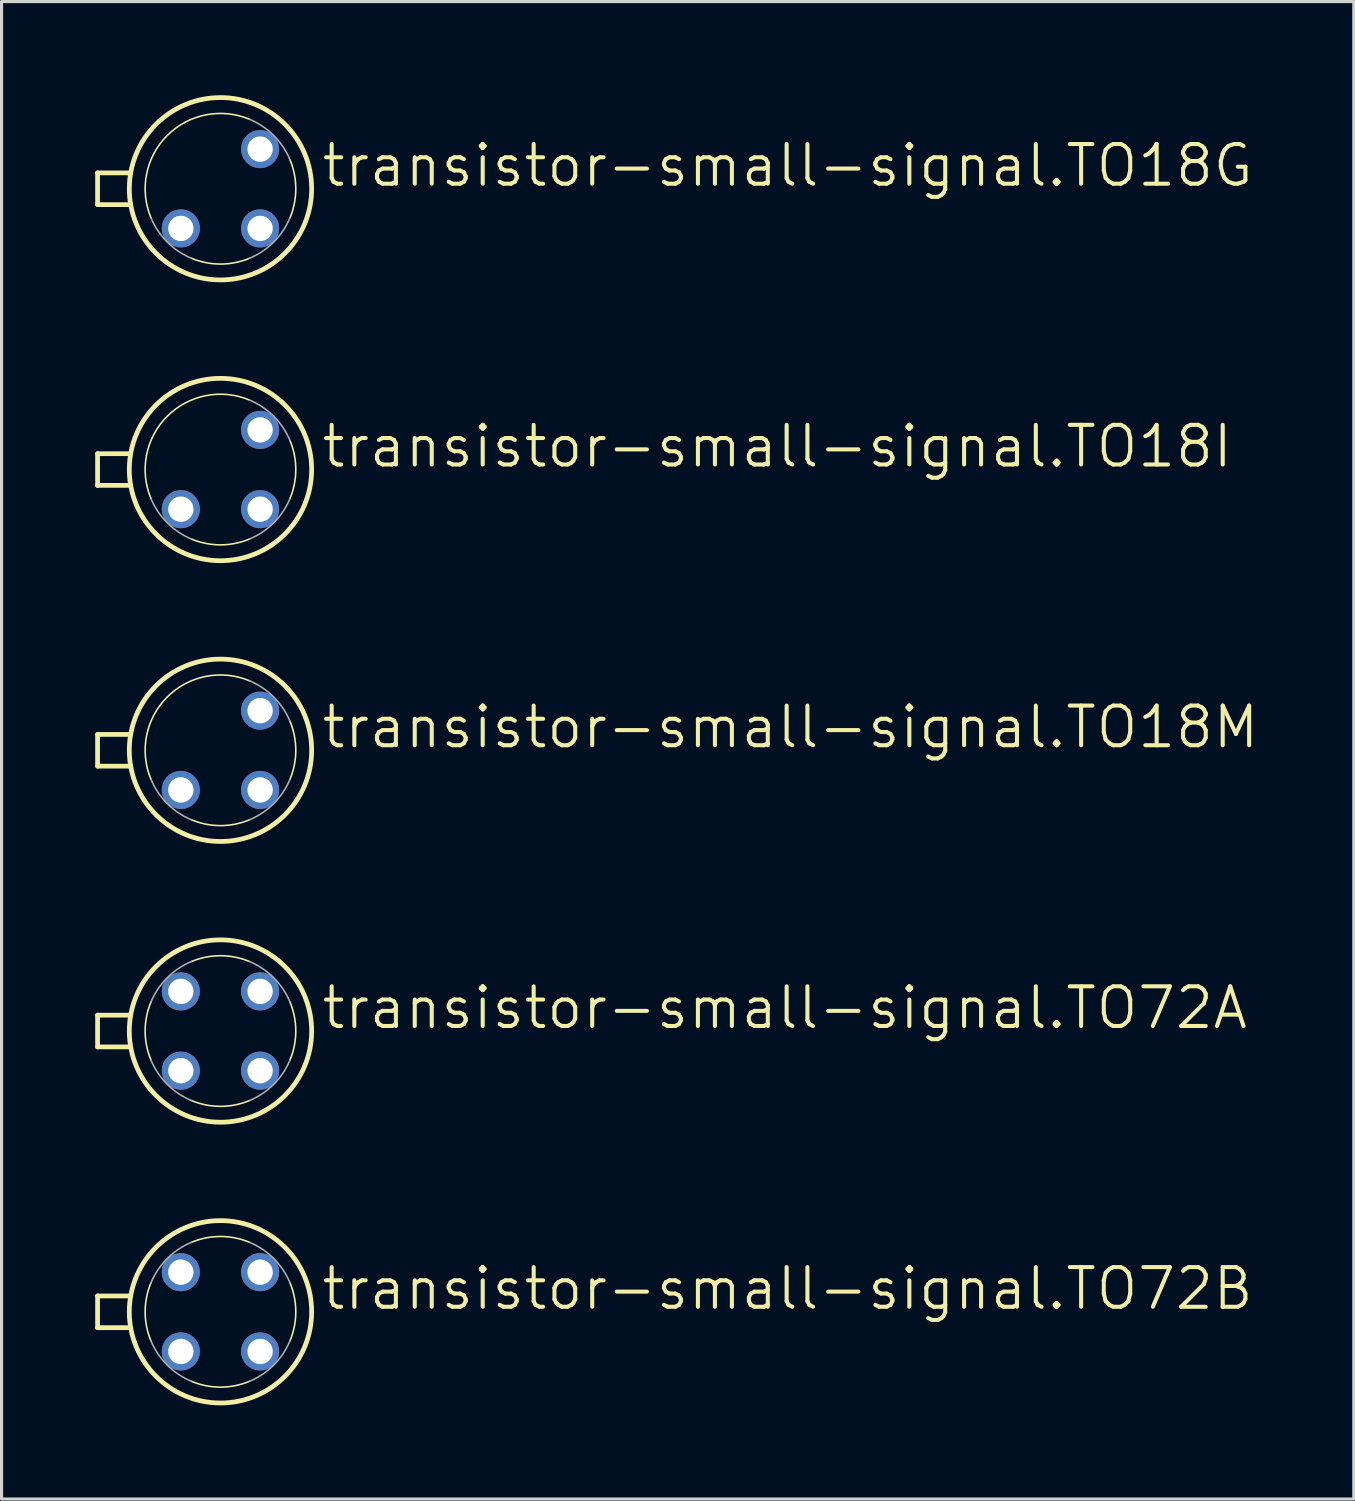
<source format=kicad_pcb>
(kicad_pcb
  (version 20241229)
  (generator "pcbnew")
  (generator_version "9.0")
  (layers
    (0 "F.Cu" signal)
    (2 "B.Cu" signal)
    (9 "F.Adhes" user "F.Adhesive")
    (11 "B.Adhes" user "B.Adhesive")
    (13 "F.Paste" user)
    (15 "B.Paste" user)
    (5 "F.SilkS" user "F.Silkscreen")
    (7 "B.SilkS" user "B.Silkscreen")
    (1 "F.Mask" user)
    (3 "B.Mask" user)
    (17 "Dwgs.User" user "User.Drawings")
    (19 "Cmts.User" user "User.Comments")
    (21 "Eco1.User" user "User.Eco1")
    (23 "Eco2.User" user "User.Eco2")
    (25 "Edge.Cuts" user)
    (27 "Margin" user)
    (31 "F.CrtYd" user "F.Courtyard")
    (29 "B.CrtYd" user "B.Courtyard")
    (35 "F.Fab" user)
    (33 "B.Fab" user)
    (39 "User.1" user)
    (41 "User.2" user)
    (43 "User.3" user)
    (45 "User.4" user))
  (footprint "transistor-small-signal.TO72B"
    (layer "F.Cu")
    (at 4.013 38.975)
    (property "Reference" "transistor-small-signal.TO72B" (at 3.175 0 0) (layer "F.SilkS") (effects (font (size 1.27 1.27) (thickness 0.13)) (justify left bottom)))
    (attr through_hole)
    (fp_line (start -3.937 -0.508) (end -2.896 -0.508) (stroke (width 0.152) (type default)) (layer "F.SilkS"))
    (fp_line (start -3.937 0.508) (end -3.937 -0.508) (stroke (width 0.152) (type default)) (layer "F.SilkS"))
    (fp_line (start -2.896 0.508) (end -3.937 0.508) (stroke (width 0.152) (type default)) (layer "F.SilkS"))
    (fp_arc (start -2.227 0.9289) (mid -2.412962 0) (end -2.227 -0.9289) (stroke (width 0.0508) (type default)) (layer "F.SilkS"))
    (fp_arc (start -0.9289 -2.227) (mid 0 -2.412962) (end 0.9289 -2.227) (stroke (width 0.0508) (type default)) (layer "F.SilkS"))
    (fp_arc (start 0.9289 2.227) (mid 0 2.412962) (end -0.9289 2.227) (stroke (width 0.0508) (type default)) (layer "F.SilkS"))
    (fp_arc (start 2.227 -0.9289) (mid 2.412962 0) (end 2.227 0.9289) (stroke (width 0.0508) (type default)) (layer "F.SilkS"))
    (fp_circle (center 0 0) (end 2.921 0) (stroke (width 0.152) (type default)) (fill no) (layer "F.SilkS"))
    (fp_arc (start -2.227 -0.9289) (mid -1.706222 -1.706222) (end -0.9289 -2.227) (stroke (width 0.0508) (type default)) (layer "F.Fab"))
    (fp_arc (start -0.9289 2.227) (mid -1.706222 1.706222) (end -2.227 0.9289) (stroke (width 0.0508) (type default)) (layer "F.Fab"))
    (fp_arc (start 0.9289 -2.227) (mid 1.706222 -1.706222) (end 2.227 -0.9289) (stroke (width 0.0508) (type default)) (layer "F.Fab"))
    (fp_arc (start 2.227 0.9289) (mid 1.706222 1.706222) (end 0.9289 2.227) (stroke (width 0.0508) (type default)) (layer "F.Fab"))
    (pad "B" thru_hole circle (at 1.27 1.27) (size 1.219 1.219) (drill 0.813) (layers "*.Cu" "*.Mask"))
    (pad "C" thru_hole circle (at 1.27 -1.27) (size 1.219 1.219) (drill 0.813) (layers "*.Cu" "*.Mask"))
    (pad "E" thru_hole circle (at -1.27 1.27) (size 1.219 1.219) (drill 0.813) (layers "*.Cu" "*.Mask"))
    (pad "GEH" thru_hole circle (at -1.27 -1.27) (size 1.219 1.219) (drill 0.813) (layers "*.Cu" "*.Mask")))
  (footprint "transistor-small-signal.TO18M"
    (layer "F.Cu")
    (at 4.013 20.986)
    (property "Reference" "transistor-small-signal.TO18M" (at 3.175 0 0) (layer "F.SilkS") (effects (font (size 1.27 1.27) (thickness 0.13)) (justify left bottom)))
    (attr through_hole)
    (fp_line (start -3.937 -0.508) (end -2.877 -0.508) (stroke (width 0.152) (type default)) (layer "F.SilkS"))
    (fp_line (start -3.937 0.508) (end -3.937 -0.508) (stroke (width 0.152) (type default)) (layer "F.SilkS"))
    (fp_line (start -3.937 0.508) (end -2.877 0.508) (stroke (width 0.152) (type default)) (layer "F.SilkS"))
    (fp_arc (start -2.227 0.9289) (mid -1.706187 -1.706287) (end 0.929 -2.2271) (stroke (width 0.0508) (type default)) (layer "F.SilkS"))
    (fp_arc (start 0.9289 2.227) (mid 0 2.412962) (end -0.9289 2.227) (stroke (width 0.0508) (type default)) (layer "F.SilkS"))
    (fp_arc (start 2.227 -0.9289) (mid 2.412962 0) (end 2.227 0.9289) (stroke (width 0.0508) (type default)) (layer "F.SilkS"))
    (fp_circle (center 0 0) (end 2.921 0) (stroke (width 0.152) (type default)) (fill no) (layer "F.SilkS"))
    (fp_arc (start -0.9289 2.227) (mid -1.706222 1.706222) (end -2.227 0.9289) (stroke (width 0.0508) (type default)) (layer "F.Fab"))
    (fp_arc (start 0.9289 -2.227) (mid 1.706222 -1.706222) (end 2.227 -0.9289) (stroke (width 0.0508) (type default)) (layer "F.Fab"))
    (fp_arc (start 2.227 0.9289) (mid 1.706222 1.706222) (end 0.9289 2.227) (stroke (width 0.0508) (type default)) (layer "F.Fab"))
    (pad "A" thru_hole circle (at -1.27 1.27) (size 1.219 1.219) (drill 0.813) (layers "*.Cu" "*.Mask"))
    (pad "C" thru_hole circle (at 1.27 1.27) (size 1.219 1.219) (drill 0.813) (layers "*.Cu" "*.Mask"))
    (pad "G" thru_hole circle (at 1.27 -1.27) (size 1.219 1.219) (drill 0.813) (layers "*.Cu" "*.Mask")))
  (footprint "transistor-small-signal.TO18I"
    (layer "F.Cu")
    (at 4.013 11.992)
    (property "Reference" "transistor-small-signal.TO18I" (at 3.175 0 0) (layer "F.SilkS") (effects (font (size 1.27 1.27) (thickness 0.13)) (justify left bottom)))
    (attr through_hole)
    (fp_line (start -3.937 -0.508) (end -2.877 -0.508) (stroke (width 0.152) (type default)) (layer "F.SilkS"))
    (fp_line (start -3.937 0.508) (end -3.937 -0.508) (stroke (width 0.152) (type default)) (layer "F.SilkS"))
    (fp_line (start -3.937 0.508) (end -2.877 0.508) (stroke (width 0.152) (type default)) (layer "F.SilkS"))
    (fp_arc (start -2.227 0.9289) (mid -1.706187 -1.706287) (end 0.929 -2.2271) (stroke (width 0.0508) (type default)) (layer "F.SilkS"))
    (fp_arc (start 0.9289 2.227) (mid 0 2.412962) (end -0.9289 2.227) (stroke (width 0.0508) (type default)) (layer "F.SilkS"))
    (fp_arc (start 2.227 -0.9289) (mid 2.412962 0) (end 2.227 0.9289) (stroke (width 0.0508) (type default)) (layer "F.SilkS"))
    (fp_circle (center 0 0) (end 2.921 0) (stroke (width 0.152) (type default)) (fill no) (layer "F.SilkS"))
    (fp_arc (start -0.9289 2.227) (mid -1.706222 1.706222) (end -2.227 0.9289) (stroke (width 0.0508) (type default)) (layer "F.Fab"))
    (fp_arc (start 0.9289 -2.227) (mid 1.706222 -1.706222) (end 2.227 -0.9289) (stroke (width 0.0508) (type default)) (layer "F.Fab"))
    (fp_arc (start 2.227 0.9289) (mid 1.706222 1.706222) (end 0.9289 2.227) (stroke (width 0.0508) (type default)) (layer "F.Fab"))
    (pad "A" thru_hole circle (at 1.27 -1.27) (size 1.219 1.219) (drill 0.813) (layers "*.Cu" "*.Mask"))
    (pad "C" thru_hole circle (at -1.27 1.27) (size 1.219 1.219) (drill 0.813) (layers "*.Cu" "*.Mask"))
    (pad "G" thru_hole circle (at 1.27 1.27) (size 1.219 1.219) (drill 0.813) (layers "*.Cu" "*.Mask")))
  (footprint "transistor-small-signal.TO18G"
    (layer "F.Cu")
    (at 4.013 2.997)
    (property "Reference" "transistor-small-signal.TO18G" (at 3.175 0 0) (layer "F.SilkS") (effects (font (size 1.27 1.27) (thickness 0.13)) (justify left bottom)))
    (attr through_hole)
    (fp_line (start -3.937 -0.508) (end -2.877 -0.508) (stroke (width 0.152) (type default)) (layer "F.SilkS"))
    (fp_line (start -3.937 0.508) (end -3.937 -0.508) (stroke (width 0.152) (type default)) (layer "F.SilkS"))
    (fp_line (start -3.937 0.508) (end -2.877 0.508) (stroke (width 0.152) (type default)) (layer "F.SilkS"))
    (fp_arc (start -2.227 0.9289) (mid -1.706187 -1.706287) (end 0.929 -2.2271) (stroke (width 0.0508) (type default)) (layer "F.SilkS"))
    (fp_arc (start 0.9289 2.227) (mid 0 2.412962) (end -0.9289 2.227) (stroke (width 0.0508) (type default)) (layer "F.SilkS"))
    (fp_arc (start 2.227 -0.9289) (mid 2.412962 0) (end 2.227 0.9289) (stroke (width 0.0508) (type default)) (layer "F.SilkS"))
    (fp_circle (center 0 0) (end 2.921 0) (stroke (width 0.152) (type default)) (fill no) (layer "F.SilkS"))
    (fp_arc (start -0.9289 2.227) (mid -1.706222 1.706222) (end -2.227 0.9289) (stroke (width 0.0508) (type default)) (layer "F.Fab"))
    (fp_arc (start 0.9289 -2.227) (mid 1.706222 -1.706222) (end 2.227 -0.9289) (stroke (width 0.0508) (type default)) (layer "F.Fab"))
    (fp_arc (start 2.227 0.9289) (mid 1.706222 1.706222) (end 0.9289 2.227) (stroke (width 0.0508) (type default)) (layer "F.Fab"))
    (pad "D" thru_hole circle (at -1.27 1.27) (size 1.219 1.219) (drill 0.813) (layers "*.Cu" "*.Mask"))
    (pad "G" thru_hole circle (at 1.27 -1.27) (size 1.219 1.219) (drill 0.813) (layers "*.Cu" "*.Mask"))
    (pad "S" thru_hole circle (at 1.27 1.27) (size 1.219 1.219) (drill 0.813) (layers "*.Cu" "*.Mask")))
  (footprint "transistor-small-signal.TO72A"
    (layer "F.Cu")
    (at 4.013 29.98)
    (property "Reference" "transistor-small-signal.TO72A" (at 3.175 0 0) (layer "F.SilkS") (effects (font (size 1.27 1.27) (thickness 0.13)) (justify left bottom)))
    (attr through_hole)
    (fp_line (start -3.937 -0.508) (end -2.896 -0.508) (stroke (width 0.152) (type default)) (layer "F.SilkS"))
    (fp_line (start -3.937 0.508) (end -3.937 -0.508) (stroke (width 0.152) (type default)) (layer "F.SilkS"))
    (fp_line (start -2.896 0.508) (end -3.937 0.508) (stroke (width 0.152) (type default)) (layer "F.SilkS"))
    (fp_arc (start -2.227 0.9289) (mid -2.412962 0) (end -2.227 -0.9289) (stroke (width 0.0508) (type default)) (layer "F.SilkS"))
    (fp_arc (start -0.9289 -2.227) (mid 0 -2.412962) (end 0.9289 -2.227) (stroke (width 0.0508) (type default)) (layer "F.SilkS"))
    (fp_arc (start 0.9289 2.227) (mid 0 2.412962) (end -0.9289 2.227) (stroke (width 0.0508) (type default)) (layer "F.SilkS"))
    (fp_arc (start 2.227 -0.9289) (mid 2.412962 0) (end 2.227 0.9289) (stroke (width 0.0508) (type default)) (layer "F.SilkS"))
    (fp_circle (center 0 0) (end 2.921 0) (stroke (width 0.152) (type default)) (fill no) (layer "F.SilkS"))
    (fp_arc (start -2.227 -0.9289) (mid -1.706222 -1.706222) (end -0.9289 -2.227) (stroke (width 0.0508) (type default)) (layer "F.Fab"))
    (fp_arc (start -0.9289 2.227) (mid -1.706222 1.706222) (end -2.227 0.9289) (stroke (width 0.0508) (type default)) (layer "F.Fab"))
    (fp_arc (start 0.9289 -2.227) (mid 1.706222 -1.706222) (end 2.227 -0.9289) (stroke (width 0.0508) (type default)) (layer "F.Fab"))
    (fp_arc (start 2.227 0.9289) (mid 1.706222 1.706222) (end 0.9289 2.227) (stroke (width 0.0508) (type default)) (layer "F.Fab"))
    (pad "B" thru_hole circle (at -1.27 1.27) (size 1.219 1.219) (drill 0.813) (layers "*.Cu" "*.Mask"))
    (pad "C" thru_hole circle (at 1.27 -1.27) (size 1.219 1.219) (drill 0.813) (layers "*.Cu" "*.Mask"))
    (pad "E" thru_hole circle (at 1.27 1.27) (size 1.219 1.219) (drill 0.813) (layers "*.Cu" "*.Mask"))
    (pad "GEH" thru_hole circle (at -1.27 -1.27) (size 1.219 1.219) (drill 0.813) (layers "*.Cu" "*.Mask")))
  (gr_rect
    (start -3 -3)
    (end 40.32 44.972)
    (stroke (width 0.1) (type default))
    (fill no)
    (layer "Edge.Cuts")))
</source>
